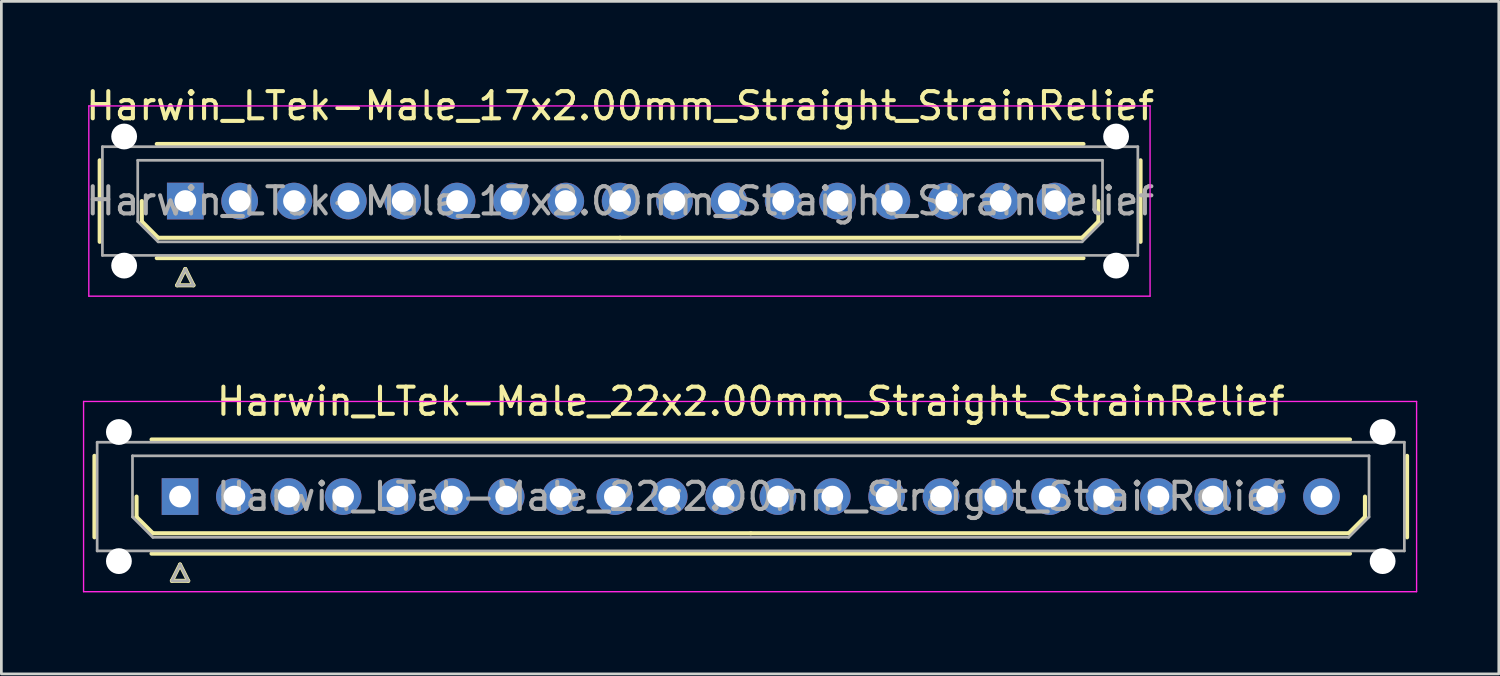
<source format=kicad_pcb>
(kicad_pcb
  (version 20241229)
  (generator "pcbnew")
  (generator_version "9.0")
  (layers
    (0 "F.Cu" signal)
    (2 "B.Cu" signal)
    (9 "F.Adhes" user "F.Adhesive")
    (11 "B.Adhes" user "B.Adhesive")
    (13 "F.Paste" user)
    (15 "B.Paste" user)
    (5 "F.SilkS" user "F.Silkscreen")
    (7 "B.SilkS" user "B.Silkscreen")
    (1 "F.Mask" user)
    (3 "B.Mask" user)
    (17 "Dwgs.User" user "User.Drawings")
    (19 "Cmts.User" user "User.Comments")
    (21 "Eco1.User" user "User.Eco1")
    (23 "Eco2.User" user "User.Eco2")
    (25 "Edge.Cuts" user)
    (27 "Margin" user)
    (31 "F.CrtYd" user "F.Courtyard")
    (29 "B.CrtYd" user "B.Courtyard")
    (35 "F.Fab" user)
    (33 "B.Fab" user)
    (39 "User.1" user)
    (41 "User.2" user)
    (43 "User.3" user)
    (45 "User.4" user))
  (footprint "Harwin_LTek-Male_17x2.00mm_Straight_StrainRelief"
    (layer "F.Cu")
    (at 3.768 4.348)
    (property "Reference" "Harwin_LTek-Male_17x2.00mm_Straight_StrainRelief" (at 16 -3.5 0) (layer "F.SilkS") (effects (font (size 1 1) (thickness 0.15))))
    (attr through_hole)
    (fp_line (start -3.15 -1.5) (end -3.15 1.5) (stroke (width 0.15) (type solid)) (layer "F.SilkS"))
    (fp_line (start -1.6 0) (end -1.6 0.75) (stroke (width 0.15) (type solid)) (layer "F.SilkS"))
    (fp_line (start -1.6 0.75) (end -1 1.35) (stroke (width 0.15) (type solid)) (layer "F.SilkS"))
    (fp_line (start -1.05 -2.1) (end 33.05 -2.1) (stroke (width 0.15) (type solid)) (layer "F.SilkS"))
    (fp_line (start -1.05 2.1) (end 33.05 2.1) (stroke (width 0.15) (type solid)) (layer "F.SilkS"))
    (fp_line (start -1 1.35) (end 16 1.35) (stroke (width 0.15) (type solid)) (layer "F.SilkS"))
    (fp_line (start -0.3 3.1) (end 0.3 3.1) (stroke (width 0.15) (type solid)) (layer "F.SilkS"))
    (fp_line (start 0 2.5) (end -0.3 3.1) (stroke (width 0.15) (type solid)) (layer "F.SilkS"))
    (fp_line (start 0.3 3.1) (end 0 2.5) (stroke (width 0.15) (type solid)) (layer "F.SilkS"))
    (fp_line (start 33 1.35) (end 16 1.35) (stroke (width 0.15) (type solid)) (layer "F.SilkS"))
    (fp_line (start 33.6 0) (end 33.6 0.75) (stroke (width 0.15) (type solid)) (layer "F.SilkS"))
    (fp_line (start 33.6 0.75) (end 33 1.35) (stroke (width 0.15) (type solid)) (layer "F.SilkS"))
    (fp_line (start 35.15 -1.5) (end 35.15 1.5) (stroke (width 0.15) (type solid)) (layer "F.SilkS"))
    (fp_line (start -3.55 -3.5) (end -3.55 3.5) (stroke (width 0.05) (type solid)) (layer "F.CrtYd"))
    (fp_line (start -3.55 3.5) (end 35.5 3.5) (stroke (width 0.05) (type solid)) (layer "F.CrtYd"))
    (fp_line (start 35.5 -3.5) (end -3.55 -3.5) (stroke (width 0.05) (type solid)) (layer "F.CrtYd"))
    (fp_line (start 35.5 3.5) (end 35.5 -3.5) (stroke (width 0.05) (type solid)) (layer "F.CrtYd"))
    (fp_line (start -3.05 -2) (end -3.05 2) (stroke (width 0.1) (type solid)) (layer "F.Fab"))
    (fp_line (start -3.05 2) (end 35.05 2) (stroke (width 0.1) (type solid)) (layer "F.Fab"))
    (fp_line (start -1.75 -1.5) (end 33.75 -1.5) (stroke (width 0.1) (type solid)) (layer "F.Fab"))
    (fp_line (start -1.75 0.75) (end -1.75 -1.5) (stroke (width 0.1) (type solid)) (layer "F.Fab"))
    (fp_line (start -1 1.5) (end -1.75 0.75) (stroke (width 0.1) (type solid)) (layer "F.Fab"))
    (fp_line (start -0.3 3.1) (end 0.3 3.1) (stroke (width 0.1) (type solid)) (layer "F.Fab"))
    (fp_line (start 0 2.5) (end -0.3 3.1) (stroke (width 0.1) (type solid)) (layer "F.Fab"))
    (fp_line (start 0.3 3.1) (end 0 2.5) (stroke (width 0.1) (type solid)) (layer "F.Fab"))
    (fp_line (start 33 1.5) (end -1 1.5) (stroke (width 0.1) (type solid)) (layer "F.Fab"))
    (fp_line (start 33.75 -1.5) (end 33.75 0.75) (stroke (width 0.1) (type solid)) (layer "F.Fab"))
    (fp_line (start 33.75 0.75) (end 33 1.5) (stroke (width 0.1) (type solid)) (layer "F.Fab"))
    (fp_line (start 35.05 -2) (end -3.05 -2) (stroke (width 0.1) (type solid)) (layer "F.Fab"))
    (fp_line (start 35.05 2) (end 35.05 -2) (stroke (width 0.1) (type solid)) (layer "F.Fab"))
    (fp_text user "${REFERENCE}" (at 16 0 0) (layer "F.Fab") (effects (font (size 1 1) (thickness 0.15))))
    (pad "" np_thru_hole circle (at -2.25 -2.375) (size 0.95 0.95) (drill 0.95) (layers "*.Cu" "*.Mask"))
    (pad "" np_thru_hole circle (at -2.25 2.375) (size 0.95 0.95) (drill 0.95) (layers "*.Cu" "*.Mask"))
    (pad "" np_thru_hole circle (at 34.25 -2.375) (size 0.95 0.95) (drill 0.95) (layers "*.Cu" "*.Mask"))
    (pad "" np_thru_hole circle (at 34.25 2.375) (size 0.95 0.95) (drill 0.95) (layers "*.Cu" "*.Mask"))
    (pad "1" thru_hole rect (at 0 0) (size 1.35 1.35) (drill 0.8) (layers "*.Cu" "*.Mask"))
    (pad "2" thru_hole circle (at 2 0) (size 1.35 1.35) (drill 0.8) (layers "*.Cu" "*.Mask"))
    (pad "3" thru_hole circle (at 4 0) (size 1.35 1.35) (drill 0.8) (layers "*.Cu" "*.Mask"))
    (pad "4" thru_hole circle (at 6 0) (size 1.35 1.35) (drill 0.8) (layers "*.Cu" "*.Mask"))
    (pad "5" thru_hole circle (at 8 0) (size 1.35 1.35) (drill 0.8) (layers "*.Cu" "*.Mask"))
    (pad "6" thru_hole circle (at 10 0) (size 1.35 1.35) (drill 0.8) (layers "*.Cu" "*.Mask"))
    (pad "7" thru_hole circle (at 12 0) (size 1.35 1.35) (drill 0.8) (layers "*.Cu" "*.Mask"))
    (pad "8" thru_hole circle (at 14 0) (size 1.35 1.35) (drill 0.8) (layers "*.Cu" "*.Mask"))
    (pad "9" thru_hole circle (at 16 0) (size 1.35 1.35) (drill 0.8) (layers "*.Cu" "*.Mask"))
    (pad "10" thru_hole circle (at 18 0) (size 1.35 1.35) (drill 0.8) (layers "*.Cu" "*.Mask"))
    (pad "11" thru_hole circle (at 20 0) (size 1.35 1.35) (drill 0.8) (layers "*.Cu" "*.Mask"))
    (pad "12" thru_hole circle (at 22 0) (size 1.35 1.35) (drill 0.8) (layers "*.Cu" "*.Mask"))
    (pad "13" thru_hole circle (at 24 0) (size 1.35 1.35) (drill 0.8) (layers "*.Cu" "*.Mask"))
    (pad "14" thru_hole circle (at 26 0) (size 1.35 1.35) (drill 0.8) (layers "*.Cu" "*.Mask"))
    (pad "15" thru_hole circle (at 28 0) (size 1.35 1.35) (drill 0.8) (layers "*.Cu" "*.Mask"))
    (pad "16" thru_hole circle (at 30 0) (size 1.35 1.35) (drill 0.8) (layers "*.Cu" "*.Mask"))
    (pad "17" thru_hole circle (at 32 0) (size 1.35 1.35) (drill 0.8) (layers "*.Cu" "*.Mask")))
  (footprint "Harwin_LTek-Male_22x2.00mm_Straight_StrainRelief"
    (layer "F.Cu")
    (at 3.575 15.222)
    (property "Reference" "Harwin_LTek-Male_22x2.00mm_Straight_StrainRelief" (at 21 -3.5 0) (layer "F.SilkS") (effects (font (size 1 1) (thickness 0.15))))
    (attr through_hole)
    (fp_line (start -3.15 -1.5) (end -3.15 1.5) (stroke (width 0.15) (type solid)) (layer "F.SilkS"))
    (fp_line (start -1.6 0) (end -1.6 0.75) (stroke (width 0.15) (type solid)) (layer "F.SilkS"))
    (fp_line (start -1.6 0.75) (end -1 1.35) (stroke (width 0.15) (type solid)) (layer "F.SilkS"))
    (fp_line (start -1.05 -2.1) (end 43.05 -2.1) (stroke (width 0.15) (type solid)) (layer "F.SilkS"))
    (fp_line (start -1.05 2.1) (end 43.05 2.1) (stroke (width 0.15) (type solid)) (layer "F.SilkS"))
    (fp_line (start -1 1.35) (end 21 1.35) (stroke (width 0.15) (type solid)) (layer "F.SilkS"))
    (fp_line (start -0.3 3.1) (end 0.3 3.1) (stroke (width 0.15) (type solid)) (layer "F.SilkS"))
    (fp_line (start 0 2.5) (end -0.3 3.1) (stroke (width 0.15) (type solid)) (layer "F.SilkS"))
    (fp_line (start 0.3 3.1) (end 0 2.5) (stroke (width 0.15) (type solid)) (layer "F.SilkS"))
    (fp_line (start 43 1.35) (end 21 1.35) (stroke (width 0.15) (type solid)) (layer "F.SilkS"))
    (fp_line (start 43.6 0) (end 43.6 0.75) (stroke (width 0.15) (type solid)) (layer "F.SilkS"))
    (fp_line (start 43.6 0.75) (end 43 1.35) (stroke (width 0.15) (type solid)) (layer "F.SilkS"))
    (fp_line (start 45.15 -1.5) (end 45.15 1.5) (stroke (width 0.15) (type solid)) (layer "F.SilkS"))
    (fp_line (start -3.55 -3.5) (end -3.55 3.5) (stroke (width 0.05) (type solid)) (layer "F.CrtYd"))
    (fp_line (start -3.55 3.5) (end 45.5 3.5) (stroke (width 0.05) (type solid)) (layer "F.CrtYd"))
    (fp_line (start 45.5 -3.5) (end -3.55 -3.5) (stroke (width 0.05) (type solid)) (layer "F.CrtYd"))
    (fp_line (start 45.5 3.5) (end 45.5 -3.5) (stroke (width 0.05) (type solid)) (layer "F.CrtYd"))
    (fp_line (start -3.05 -2) (end -3.05 2) (stroke (width 0.1) (type solid)) (layer "F.Fab"))
    (fp_line (start -3.05 2) (end 45.05 2) (stroke (width 0.1) (type solid)) (layer "F.Fab"))
    (fp_line (start -1.75 -1.5) (end 43.75 -1.5) (stroke (width 0.1) (type solid)) (layer "F.Fab"))
    (fp_line (start -1.75 0.75) (end -1.75 -1.5) (stroke (width 0.1) (type solid)) (layer "F.Fab"))
    (fp_line (start -1 1.5) (end -1.75 0.75) (stroke (width 0.1) (type solid)) (layer "F.Fab"))
    (fp_line (start -0.3 3.1) (end 0.3 3.1) (stroke (width 0.1) (type solid)) (layer "F.Fab"))
    (fp_line (start 0 2.5) (end -0.3 3.1) (stroke (width 0.1) (type solid)) (layer "F.Fab"))
    (fp_line (start 0.3 3.1) (end 0 2.5) (stroke (width 0.1) (type solid)) (layer "F.Fab"))
    (fp_line (start 43 1.5) (end -1 1.5) (stroke (width 0.1) (type solid)) (layer "F.Fab"))
    (fp_line (start 43.75 -1.5) (end 43.75 0.75) (stroke (width 0.1) (type solid)) (layer "F.Fab"))
    (fp_line (start 43.75 0.75) (end 43 1.5) (stroke (width 0.1) (type solid)) (layer "F.Fab"))
    (fp_line (start 45.05 -2) (end -3.05 -2) (stroke (width 0.1) (type solid)) (layer "F.Fab"))
    (fp_line (start 45.05 2) (end 45.05 -2) (stroke (width 0.1) (type solid)) (layer "F.Fab"))
    (fp_text user "${REFERENCE}" (at 21 0 0) (layer "F.Fab") (effects (font (size 1 1) (thickness 0.15))))
    (pad "" np_thru_hole circle (at -2.25 -2.375) (size 0.95 0.95) (drill 0.95) (layers "*.Cu" "*.Mask"))
    (pad "" np_thru_hole circle (at -2.25 2.375) (size 0.95 0.95) (drill 0.95) (layers "*.Cu" "*.Mask"))
    (pad "" np_thru_hole circle (at 44.25 -2.375) (size 0.95 0.95) (drill 0.95) (layers "*.Cu" "*.Mask"))
    (pad "" np_thru_hole circle (at 44.25 2.375) (size 0.95 0.95) (drill 0.95) (layers "*.Cu" "*.Mask"))
    (pad "1" thru_hole rect (at 0 0) (size 1.35 1.35) (drill 0.8) (layers "*.Cu" "*.Mask"))
    (pad "2" thru_hole circle (at 2 0) (size 1.35 1.35) (drill 0.8) (layers "*.Cu" "*.Mask"))
    (pad "3" thru_hole circle (at 4 0) (size 1.35 1.35) (drill 0.8) (layers "*.Cu" "*.Mask"))
    (pad "4" thru_hole circle (at 6 0) (size 1.35 1.35) (drill 0.8) (layers "*.Cu" "*.Mask"))
    (pad "5" thru_hole circle (at 8 0) (size 1.35 1.35) (drill 0.8) (layers "*.Cu" "*.Mask"))
    (pad "6" thru_hole circle (at 10 0) (size 1.35 1.35) (drill 0.8) (layers "*.Cu" "*.Mask"))
    (pad "7" thru_hole circle (at 12 0) (size 1.35 1.35) (drill 0.8) (layers "*.Cu" "*.Mask"))
    (pad "8" thru_hole circle (at 14 0) (size 1.35 1.35) (drill 0.8) (layers "*.Cu" "*.Mask"))
    (pad "9" thru_hole circle (at 16 0) (size 1.35 1.35) (drill 0.8) (layers "*.Cu" "*.Mask"))
    (pad "10" thru_hole circle (at 18 0) (size 1.35 1.35) (drill 0.8) (layers "*.Cu" "*.Mask"))
    (pad "11" thru_hole circle (at 20 0) (size 1.35 1.35) (drill 0.8) (layers "*.Cu" "*.Mask"))
    (pad "12" thru_hole circle (at 22 0) (size 1.35 1.35) (drill 0.8) (layers "*.Cu" "*.Mask"))
    (pad "13" thru_hole circle (at 24 0) (size 1.35 1.35) (drill 0.8) (layers "*.Cu" "*.Mask"))
    (pad "14" thru_hole circle (at 26 0) (size 1.35 1.35) (drill 0.8) (layers "*.Cu" "*.Mask"))
    (pad "15" thru_hole circle (at 28 0) (size 1.35 1.35) (drill 0.8) (layers "*.Cu" "*.Mask"))
    (pad "16" thru_hole circle (at 30 0) (size 1.35 1.35) (drill 0.8) (layers "*.Cu" "*.Mask"))
    (pad "17" thru_hole circle (at 32 0) (size 1.35 1.35) (drill 0.8) (layers "*.Cu" "*.Mask"))
    (pad "18" thru_hole circle (at 34 0) (size 1.35 1.35) (drill 0.8) (layers "*.Cu" "*.Mask"))
    (pad "19" thru_hole circle (at 36 0) (size 1.35 1.35) (drill 0.8) (layers "*.Cu" "*.Mask"))
    (pad "20" thru_hole circle (at 38 0) (size 1.35 1.35) (drill 0.8) (layers "*.Cu" "*.Mask"))
    (pad "21" thru_hole circle (at 40 0) (size 1.35 1.35) (drill 0.8) (layers "*.Cu" "*.Mask"))
    (pad "22" thru_hole circle (at 42 0) (size 1.35 1.35) (drill 0.8) (layers "*.Cu" "*.Mask")))
  (gr_rect
    (start -3 -3)
    (end 52.1 21.747)
    (stroke (width 0.1) (type default))
    (fill no)
    (layer "Edge.Cuts")))
</source>
